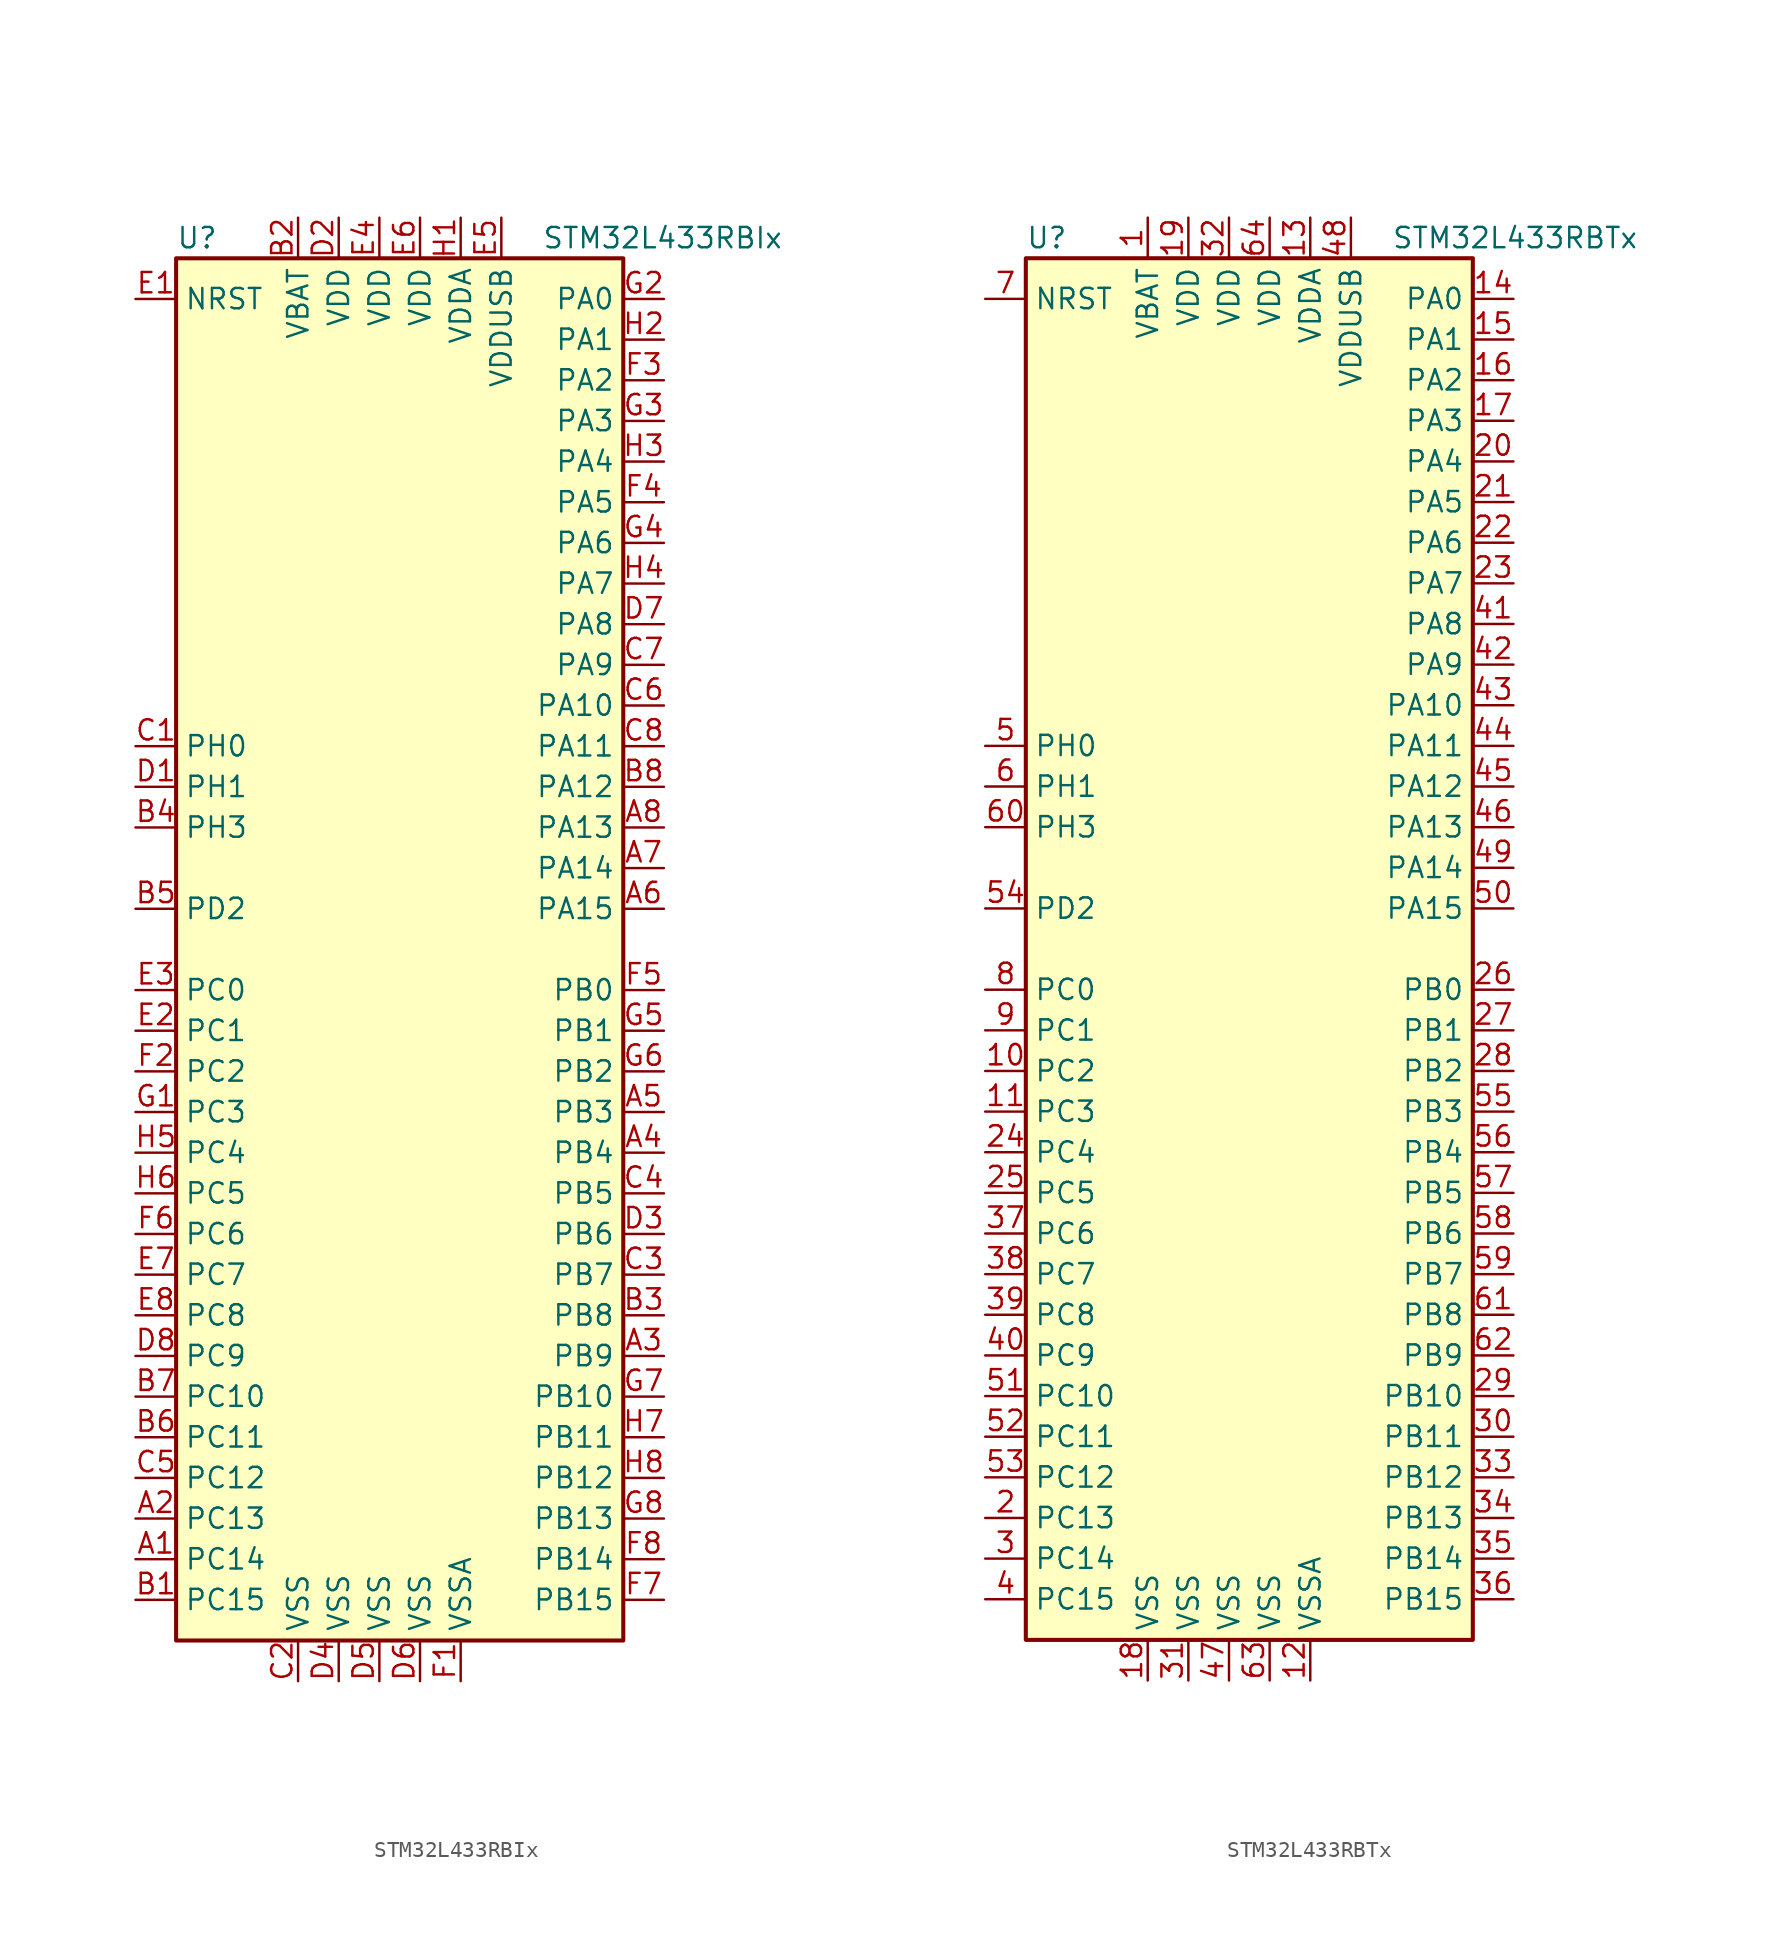
<source format=kicad_sym>
(kicad_symbol_lib
  (version 20201005)
  (generator kicad_symbol_editor)
  (symbol "MCU_ST_STM32L4:STM32L433RBIx"
    (property "Reference" "U"
      (at -15.24 44.45 0)
      (effects (font (size 1.27 1.27)) (justify left)))
    (property "Value" "STM32L433RBIx"
      (at 7.62 44.45 0)
      (effects (font (size 1.27 1.27)) (justify left)))
    (symbol "STM32L433RBIx_0_1"
      (rectangle (start -15.24 -43.18) (end 12.7 43.18) (stroke (width 0.254)) (fill (type background))))
    (symbol "STM32L433RBIx_1_1"
      (pin bidirectional line (at -17.78 -38.1 0) (length 2.54) (name "PC14" (effects (font (size 1.27 1.27)))) (number "A1" (effects (font (size 1.27 1.27)))))
      (pin bidirectional line (at -17.78 -35.56 0) (length 2.54) (name "PC13" (effects (font (size 1.27 1.27)))) (number "A2" (effects (font (size 1.27 1.27)))))
      (pin bidirectional line (at 15.24 -25.4 180) (length 2.54) (name "PB9" (effects (font (size 1.27 1.27)))) (number "A3" (effects (font (size 1.27 1.27)))))
      (pin bidirectional line (at 15.24 -12.7 180) (length 2.54) (name "PB4" (effects (font (size 1.27 1.27)))) (number "A4" (effects (font (size 1.27 1.27)))))
      (pin bidirectional line (at 15.24 -10.16 180) (length 2.54) (name "PB3" (effects (font (size 1.27 1.27)))) (number "A5" (effects (font (size 1.27 1.27)))))
      (pin bidirectional line (at 15.24 2.54 180) (length 2.54) (name "PA15" (effects (font (size 1.27 1.27)))) (number "A6" (effects (font (size 1.27 1.27)))))
      (pin bidirectional line (at 15.24 5.08 180) (length 2.54) (name "PA14" (effects (font (size 1.27 1.27)))) (number "A7" (effects (font (size 1.27 1.27)))))
      (pin bidirectional line (at 15.24 7.62 180) (length 2.54) (name "PA13" (effects (font (size 1.27 1.27)))) (number "A8" (effects (font (size 1.27 1.27)))))
      (pin bidirectional line (at -17.78 -40.64 0) (length 2.54) (name "PC15" (effects (font (size 1.27 1.27)))) (number "B1" (effects (font (size 1.27 1.27)))))
      (pin power_in line (at -7.62 45.72 270) (length 2.54) (name "VBAT" (effects (font (size 1.27 1.27)))) (number "B2" (effects (font (size 1.27 1.27)))))
      (pin bidirectional line (at 15.24 -22.86 180) (length 2.54) (name "PB8" (effects (font (size 1.27 1.27)))) (number "B3" (effects (font (size 1.27 1.27)))))
      (pin bidirectional line (at -17.78 7.62 0) (length 2.54) (name "PH3" (effects (font (size 1.27 1.27)))) (number "B4" (effects (font (size 1.27 1.27)))))
      (pin bidirectional line (at -17.78 2.54 0) (length 2.54) (name "PD2" (effects (font (size 1.27 1.27)))) (number "B5" (effects (font (size 1.27 1.27)))))
      (pin bidirectional line (at -17.78 -30.48 0) (length 2.54) (name "PC11" (effects (font (size 1.27 1.27)))) (number "B6" (effects (font (size 1.27 1.27)))))
      (pin bidirectional line (at -17.78 -27.94 0) (length 2.54) (name "PC10" (effects (font (size 1.27 1.27)))) (number "B7" (effects (font (size 1.27 1.27)))))
      (pin bidirectional line (at 15.24 10.16 180) (length 2.54) (name "PA12" (effects (font (size 1.27 1.27)))) (number "B8" (effects (font (size 1.27 1.27)))))
      (pin input line (at -17.78 12.7 0) (length 2.54) (name "PH0" (effects (font (size 1.27 1.27)))) (number "C1" (effects (font (size 1.27 1.27)))))
      (pin power_in line (at -7.62 -45.72 90) (length 2.54) (name "VSS" (effects (font (size 1.27 1.27)))) (number "C2" (effects (font (size 1.27 1.27)))))
      (pin bidirectional line (at 15.24 -20.32 180) (length 2.54) (name "PB7" (effects (font (size 1.27 1.27)))) (number "C3" (effects (font (size 1.27 1.27)))))
      (pin bidirectional line (at 15.24 -15.24 180) (length 2.54) (name "PB5" (effects (font (size 1.27 1.27)))) (number "C4" (effects (font (size 1.27 1.27)))))
      (pin bidirectional line (at -17.78 -33.02 0) (length 2.54) (name "PC12" (effects (font (size 1.27 1.27)))) (number "C5" (effects (font (size 1.27 1.27)))))
      (pin bidirectional line (at 15.24 15.24 180) (length 2.54) (name "PA10" (effects (font (size 1.27 1.27)))) (number "C6" (effects (font (size 1.27 1.27)))))
      (pin bidirectional line (at 15.24 17.78 180) (length 2.54) (name "PA9" (effects (font (size 1.27 1.27)))) (number "C7" (effects (font (size 1.27 1.27)))))
      (pin bidirectional line (at 15.24 12.7 180) (length 2.54) (name "PA11" (effects (font (size 1.27 1.27)))) (number "C8" (effects (font (size 1.27 1.27)))))
      (pin input line (at -17.78 10.16 0) (length 2.54) (name "PH1" (effects (font (size 1.27 1.27)))) (number "D1" (effects (font (size 1.27 1.27)))))
      (pin power_in line (at -5.08 45.72 270) (length 2.54) (name "VDD" (effects (font (size 1.27 1.27)))) (number "D2" (effects (font (size 1.27 1.27)))))
      (pin bidirectional line (at 15.24 -17.78 180) (length 2.54) (name "PB6" (effects (font (size 1.27 1.27)))) (number "D3" (effects (font (size 1.27 1.27)))))
      (pin power_in line (at -5.08 -45.72 90) (length 2.54) (name "VSS" (effects (font (size 1.27 1.27)))) (number "D4" (effects (font (size 1.27 1.27)))))
      (pin power_in line (at -2.54 -45.72 90) (length 2.54) (name "VSS" (effects (font (size 1.27 1.27)))) (number "D5" (effects (font (size 1.27 1.27)))))
      (pin power_in line (at 0 -45.72 90) (length 2.54) (name "VSS" (effects (font (size 1.27 1.27)))) (number "D6" (effects (font (size 1.27 1.27)))))
      (pin bidirectional line (at 15.24 20.32 180) (length 2.54) (name "PA8" (effects (font (size 1.27 1.27)))) (number "D7" (effects (font (size 1.27 1.27)))))
      (pin bidirectional line (at -17.78 -25.4 0) (length 2.54) (name "PC9" (effects (font (size 1.27 1.27)))) (number "D8" (effects (font (size 1.27 1.27)))))
      (pin input line (at -17.78 40.64 0) (length 2.54) (name "NRST" (effects (font (size 1.27 1.27)))) (number "E1" (effects (font (size 1.27 1.27)))))
      (pin bidirectional line (at -17.78 -5.08 0) (length 2.54) (name "PC1" (effects (font (size 1.27 1.27)))) (number "E2" (effects (font (size 1.27 1.27)))))
      (pin bidirectional line (at -17.78 -2.54 0) (length 2.54) (name "PC0" (effects (font (size 1.27 1.27)))) (number "E3" (effects (font (size 1.27 1.27)))))
      (pin power_in line (at -2.54 45.72 270) (length 2.54) (name "VDD" (effects (font (size 1.27 1.27)))) (number "E4" (effects (font (size 1.27 1.27)))))
      (pin power_in line (at 5.08 45.72 270) (length 2.54) (name "VDDUSB" (effects (font (size 1.27 1.27)))) (number "E5" (effects (font (size 1.27 1.27)))))
      (pin power_in line (at 0 45.72 270) (length 2.54) (name "VDD" (effects (font (size 1.27 1.27)))) (number "E6" (effects (font (size 1.27 1.27)))))
      (pin bidirectional line (at -17.78 -20.32 0) (length 2.54) (name "PC7" (effects (font (size 1.27 1.27)))) (number "E7" (effects (font (size 1.27 1.27)))))
      (pin bidirectional line (at -17.78 -22.86 0) (length 2.54) (name "PC8" (effects (font (size 1.27 1.27)))) (number "E8" (effects (font (size 1.27 1.27)))))
      (pin power_in line (at 2.54 -45.72 90) (length 2.54) (name "VSSA" (effects (font (size 1.27 1.27)))) (number "F1" (effects (font (size 1.27 1.27)))))
      (pin bidirectional line (at -17.78 -7.62 0) (length 2.54) (name "PC2" (effects (font (size 1.27 1.27)))) (number "F2" (effects (font (size 1.27 1.27)))))
      (pin bidirectional line (at 15.24 35.56 180) (length 2.54) (name "PA2" (effects (font (size 1.27 1.27)))) (number "F3" (effects (font (size 1.27 1.27)))))
      (pin bidirectional line (at 15.24 27.94 180) (length 2.54) (name "PA5" (effects (font (size 1.27 1.27)))) (number "F4" (effects (font (size 1.27 1.27)))))
      (pin bidirectional line (at 15.24 -2.54 180) (length 2.54) (name "PB0" (effects (font (size 1.27 1.27)))) (number "F5" (effects (font (size 1.27 1.27)))))
      (pin bidirectional line (at -17.78 -17.78 0) (length 2.54) (name "PC6" (effects (font (size 1.27 1.27)))) (number "F6" (effects (font (size 1.27 1.27)))))
      (pin bidirectional line (at 15.24 -40.64 180) (length 2.54) (name "PB15" (effects (font (size 1.27 1.27)))) (number "F7" (effects (font (size 1.27 1.27)))))
      (pin bidirectional line (at 15.24 -38.1 180) (length 2.54) (name "PB14" (effects (font (size 1.27 1.27)))) (number "F8" (effects (font (size 1.27 1.27)))))
      (pin bidirectional line (at -17.78 -10.16 0) (length 2.54) (name "PC3" (effects (font (size 1.27 1.27)))) (number "G1" (effects (font (size 1.27 1.27)))))
      (pin bidirectional line (at 15.24 40.64 180) (length 2.54) (name "PA0" (effects (font (size 1.27 1.27)))) (number "G2" (effects (font (size 1.27 1.27)))))
      (pin bidirectional line (at 15.24 33.02 180) (length 2.54) (name "PA3" (effects (font (size 1.27 1.27)))) (number "G3" (effects (font (size 1.27 1.27)))))
      (pin bidirectional line (at 15.24 25.4 180) (length 2.54) (name "PA6" (effects (font (size 1.27 1.27)))) (number "G4" (effects (font (size 1.27 1.27)))))
      (pin bidirectional line (at 15.24 -5.08 180) (length 2.54) (name "PB1" (effects (font (size 1.27 1.27)))) (number "G5" (effects (font (size 1.27 1.27)))))
      (pin bidirectional line (at 15.24 -7.62 180) (length 2.54) (name "PB2" (effects (font (size 1.27 1.27)))) (number "G6" (effects (font (size 1.27 1.27)))))
      (pin bidirectional line (at 15.24 -27.94 180) (length 2.54) (name "PB10" (effects (font (size 1.27 1.27)))) (number "G7" (effects (font (size 1.27 1.27)))))
      (pin bidirectional line (at 15.24 -35.56 180) (length 2.54) (name "PB13" (effects (font (size 1.27 1.27)))) (number "G8" (effects (font (size 1.27 1.27)))))
      (pin power_in line (at 2.54 45.72 270) (length 2.54) (name "VDDA" (effects (font (size 1.27 1.27)))) (number "H1" (effects (font (size 1.27 1.27)))))
      (pin bidirectional line (at 15.24 38.1 180) (length 2.54) (name "PA1" (effects (font (size 1.27 1.27)))) (number "H2" (effects (font (size 1.27 1.27)))))
      (pin bidirectional line (at 15.24 30.48 180) (length 2.54) (name "PA4" (effects (font (size 1.27 1.27)))) (number "H3" (effects (font (size 1.27 1.27)))))
      (pin bidirectional line (at 15.24 22.86 180) (length 2.54) (name "PA7" (effects (font (size 1.27 1.27)))) (number "H4" (effects (font (size 1.27 1.27)))))
      (pin bidirectional line (at -17.78 -12.7 0) (length 2.54) (name "PC4" (effects (font (size 1.27 1.27)))) (number "H5" (effects (font (size 1.27 1.27)))))
      (pin bidirectional line (at -17.78 -15.24 0) (length 2.54) (name "PC5" (effects (font (size 1.27 1.27)))) (number "H6" (effects (font (size 1.27 1.27)))))
      (pin bidirectional line (at 15.24 -30.48 180) (length 2.54) (name "PB11" (effects (font (size 1.27 1.27)))) (number "H7" (effects (font (size 1.27 1.27)))))
      (pin bidirectional line (at 15.24 -33.02 180) (length 2.54) (name "PB12" (effects (font (size 1.27 1.27)))) (number "H8" (effects (font (size 1.27 1.27)))))))
  (symbol "MCU_ST_STM32L4:STM32L433RBTx"
    (property "Reference" "U"
      (at -15.24 44.45 0)
      (effects (font (size 1.27 1.27)) (justify left)))
    (property "Value" "STM32L433RBTx"
      (at 7.62 44.45 0)
      (effects (font (size 1.27 1.27)) (justify left)))
    (symbol "STM32L433RBTx_0_1"
      (rectangle (start -15.24 -43.18) (end 12.7 43.18) (stroke (width 0.254)) (fill (type background))))
    (symbol "STM32L433RBTx_1_1"
      (pin power_in line (at -7.62 45.72 270) (length 2.54) (name "VBAT" (effects (font (size 1.27 1.27)))) (number "1" (effects (font (size 1.27 1.27)))))
      (pin bidirectional line (at -17.78 -7.62 0) (length 2.54) (name "PC2" (effects (font (size 1.27 1.27)))) (number "10" (effects (font (size 1.27 1.27)))))
      (pin bidirectional line (at -17.78 -10.16 0) (length 2.54) (name "PC3" (effects (font (size 1.27 1.27)))) (number "11" (effects (font (size 1.27 1.27)))))
      (pin power_in line (at 2.54 -45.72 90) (length 2.54) (name "VSSA" (effects (font (size 1.27 1.27)))) (number "12" (effects (font (size 1.27 1.27)))))
      (pin power_in line (at 2.54 45.72 270) (length 2.54) (name "VDDA" (effects (font (size 1.27 1.27)))) (number "13" (effects (font (size 1.27 1.27)))))
      (pin bidirectional line (at 15.24 40.64 180) (length 2.54) (name "PA0" (effects (font (size 1.27 1.27)))) (number "14" (effects (font (size 1.27 1.27)))))
      (pin bidirectional line (at 15.24 38.1 180) (length 2.54) (name "PA1" (effects (font (size 1.27 1.27)))) (number "15" (effects (font (size 1.27 1.27)))))
      (pin bidirectional line (at 15.24 35.56 180) (length 2.54) (name "PA2" (effects (font (size 1.27 1.27)))) (number "16" (effects (font (size 1.27 1.27)))))
      (pin bidirectional line (at 15.24 33.02 180) (length 2.54) (name "PA3" (effects (font (size 1.27 1.27)))) (number "17" (effects (font (size 1.27 1.27)))))
      (pin power_in line (at -7.62 -45.72 90) (length 2.54) (name "VSS" (effects (font (size 1.27 1.27)))) (number "18" (effects (font (size 1.27 1.27)))))
      (pin power_in line (at -5.08 45.72 270) (length 2.54) (name "VDD" (effects (font (size 1.27 1.27)))) (number "19" (effects (font (size 1.27 1.27)))))
      (pin bidirectional line (at -17.78 -35.56 0) (length 2.54) (name "PC13" (effects (font (size 1.27 1.27)))) (number "2" (effects (font (size 1.27 1.27)))))
      (pin bidirectional line (at 15.24 30.48 180) (length 2.54) (name "PA4" (effects (font (size 1.27 1.27)))) (number "20" (effects (font (size 1.27 1.27)))))
      (pin bidirectional line (at 15.24 27.94 180) (length 2.54) (name "PA5" (effects (font (size 1.27 1.27)))) (number "21" (effects (font (size 1.27 1.27)))))
      (pin bidirectional line (at 15.24 25.4 180) (length 2.54) (name "PA6" (effects (font (size 1.27 1.27)))) (number "22" (effects (font (size 1.27 1.27)))))
      (pin bidirectional line (at 15.24 22.86 180) (length 2.54) (name "PA7" (effects (font (size 1.27 1.27)))) (number "23" (effects (font (size 1.27 1.27)))))
      (pin bidirectional line (at -17.78 -12.7 0) (length 2.54) (name "PC4" (effects (font (size 1.27 1.27)))) (number "24" (effects (font (size 1.27 1.27)))))
      (pin bidirectional line (at -17.78 -15.24 0) (length 2.54) (name "PC5" (effects (font (size 1.27 1.27)))) (number "25" (effects (font (size 1.27 1.27)))))
      (pin bidirectional line (at 15.24 -2.54 180) (length 2.54) (name "PB0" (effects (font (size 1.27 1.27)))) (number "26" (effects (font (size 1.27 1.27)))))
      (pin bidirectional line (at 15.24 -5.08 180) (length 2.54) (name "PB1" (effects (font (size 1.27 1.27)))) (number "27" (effects (font (size 1.27 1.27)))))
      (pin bidirectional line (at 15.24 -7.62 180) (length 2.54) (name "PB2" (effects (font (size 1.27 1.27)))) (number "28" (effects (font (size 1.27 1.27)))))
      (pin bidirectional line (at 15.24 -27.94 180) (length 2.54) (name "PB10" (effects (font (size 1.27 1.27)))) (number "29" (effects (font (size 1.27 1.27)))))
      (pin bidirectional line (at -17.78 -38.1 0) (length 2.54) (name "PC14" (effects (font (size 1.27 1.27)))) (number "3" (effects (font (size 1.27 1.27)))))
      (pin bidirectional line (at 15.24 -30.48 180) (length 2.54) (name "PB11" (effects (font (size 1.27 1.27)))) (number "30" (effects (font (size 1.27 1.27)))))
      (pin power_in line (at -5.08 -45.72 90) (length 2.54) (name "VSS" (effects (font (size 1.27 1.27)))) (number "31" (effects (font (size 1.27 1.27)))))
      (pin power_in line (at -2.54 45.72 270) (length 2.54) (name "VDD" (effects (font (size 1.27 1.27)))) (number "32" (effects (font (size 1.27 1.27)))))
      (pin bidirectional line (at 15.24 -33.02 180) (length 2.54) (name "PB12" (effects (font (size 1.27 1.27)))) (number "33" (effects (font (size 1.27 1.27)))))
      (pin bidirectional line (at 15.24 -35.56 180) (length 2.54) (name "PB13" (effects (font (size 1.27 1.27)))) (number "34" (effects (font (size 1.27 1.27)))))
      (pin bidirectional line (at 15.24 -38.1 180) (length 2.54) (name "PB14" (effects (font (size 1.27 1.27)))) (number "35" (effects (font (size 1.27 1.27)))))
      (pin bidirectional line (at 15.24 -40.64 180) (length 2.54) (name "PB15" (effects (font (size 1.27 1.27)))) (number "36" (effects (font (size 1.27 1.27)))))
      (pin bidirectional line (at -17.78 -17.78 0) (length 2.54) (name "PC6" (effects (font (size 1.27 1.27)))) (number "37" (effects (font (size 1.27 1.27)))))
      (pin bidirectional line (at -17.78 -20.32 0) (length 2.54) (name "PC7" (effects (font (size 1.27 1.27)))) (number "38" (effects (font (size 1.27 1.27)))))
      (pin bidirectional line (at -17.78 -22.86 0) (length 2.54) (name "PC8" (effects (font (size 1.27 1.27)))) (number "39" (effects (font (size 1.27 1.27)))))
      (pin bidirectional line (at -17.78 -40.64 0) (length 2.54) (name "PC15" (effects (font (size 1.27 1.27)))) (number "4" (effects (font (size 1.27 1.27)))))
      (pin bidirectional line (at -17.78 -25.4 0) (length 2.54) (name "PC9" (effects (font (size 1.27 1.27)))) (number "40" (effects (font (size 1.27 1.27)))))
      (pin bidirectional line (at 15.24 20.32 180) (length 2.54) (name "PA8" (effects (font (size 1.27 1.27)))) (number "41" (effects (font (size 1.27 1.27)))))
      (pin bidirectional line (at 15.24 17.78 180) (length 2.54) (name "PA9" (effects (font (size 1.27 1.27)))) (number "42" (effects (font (size 1.27 1.27)))))
      (pin bidirectional line (at 15.24 15.24 180) (length 2.54) (name "PA10" (effects (font (size 1.27 1.27)))) (number "43" (effects (font (size 1.27 1.27)))))
      (pin bidirectional line (at 15.24 12.7 180) (length 2.54) (name "PA11" (effects (font (size 1.27 1.27)))) (number "44" (effects (font (size 1.27 1.27)))))
      (pin bidirectional line (at 15.24 10.16 180) (length 2.54) (name "PA12" (effects (font (size 1.27 1.27)))) (number "45" (effects (font (size 1.27 1.27)))))
      (pin bidirectional line (at 15.24 7.62 180) (length 2.54) (name "PA13" (effects (font (size 1.27 1.27)))) (number "46" (effects (font (size 1.27 1.27)))))
      (pin power_in line (at -2.54 -45.72 90) (length 2.54) (name "VSS" (effects (font (size 1.27 1.27)))) (number "47" (effects (font (size 1.27 1.27)))))
      (pin power_in line (at 5.08 45.72 270) (length 2.54) (name "VDDUSB" (effects (font (size 1.27 1.27)))) (number "48" (effects (font (size 1.27 1.27)))))
      (pin bidirectional line (at 15.24 5.08 180) (length 2.54) (name "PA14" (effects (font (size 1.27 1.27)))) (number "49" (effects (font (size 1.27 1.27)))))
      (pin input line (at -17.78 12.7 0) (length 2.54) (name "PH0" (effects (font (size 1.27 1.27)))) (number "5" (effects (font (size 1.27 1.27)))))
      (pin bidirectional line (at 15.24 2.54 180) (length 2.54) (name "PA15" (effects (font (size 1.27 1.27)))) (number "50" (effects (font (size 1.27 1.27)))))
      (pin bidirectional line (at -17.78 -27.94 0) (length 2.54) (name "PC10" (effects (font (size 1.27 1.27)))) (number "51" (effects (font (size 1.27 1.27)))))
      (pin bidirectional line (at -17.78 -30.48 0) (length 2.54) (name "PC11" (effects (font (size 1.27 1.27)))) (number "52" (effects (font (size 1.27 1.27)))))
      (pin bidirectional line (at -17.78 -33.02 0) (length 2.54) (name "PC12" (effects (font (size 1.27 1.27)))) (number "53" (effects (font (size 1.27 1.27)))))
      (pin bidirectional line (at -17.78 2.54 0) (length 2.54) (name "PD2" (effects (font (size 1.27 1.27)))) (number "54" (effects (font (size 1.27 1.27)))))
      (pin bidirectional line (at 15.24 -10.16 180) (length 2.54) (name "PB3" (effects (font (size 1.27 1.27)))) (number "55" (effects (font (size 1.27 1.27)))))
      (pin bidirectional line (at 15.24 -12.7 180) (length 2.54) (name "PB4" (effects (font (size 1.27 1.27)))) (number "56" (effects (font (size 1.27 1.27)))))
      (pin bidirectional line (at 15.24 -15.24 180) (length 2.54) (name "PB5" (effects (font (size 1.27 1.27)))) (number "57" (effects (font (size 1.27 1.27)))))
      (pin bidirectional line (at 15.24 -17.78 180) (length 2.54) (name "PB6" (effects (font (size 1.27 1.27)))) (number "58" (effects (font (size 1.27 1.27)))))
      (pin bidirectional line (at 15.24 -20.32 180) (length 2.54) (name "PB7" (effects (font (size 1.27 1.27)))) (number "59" (effects (font (size 1.27 1.27)))))
      (pin input line (at -17.78 10.16 0) (length 2.54) (name "PH1" (effects (font (size 1.27 1.27)))) (number "6" (effects (font (size 1.27 1.27)))))
      (pin bidirectional line (at -17.78 7.62 0) (length 2.54) (name "PH3" (effects (font (size 1.27 1.27)))) (number "60" (effects (font (size 1.27 1.27)))))
      (pin bidirectional line (at 15.24 -22.86 180) (length 2.54) (name "PB8" (effects (font (size 1.27 1.27)))) (number "61" (effects (font (size 1.27 1.27)))))
      (pin bidirectional line (at 15.24 -25.4 180) (length 2.54) (name "PB9" (effects (font (size 1.27 1.27)))) (number "62" (effects (font (size 1.27 1.27)))))
      (pin power_in line (at 0 -45.72 90) (length 2.54) (name "VSS" (effects (font (size 1.27 1.27)))) (number "63" (effects (font (size 1.27 1.27)))))
      (pin power_in line (at 0 45.72 270) (length 2.54) (name "VDD" (effects (font (size 1.27 1.27)))) (number "64" (effects (font (size 1.27 1.27)))))
      (pin input line (at -17.78 40.64 0) (length 2.54) (name "NRST" (effects (font (size 1.27 1.27)))) (number "7" (effects (font (size 1.27 1.27)))))
      (pin bidirectional line (at -17.78 -2.54 0) (length 2.54) (name "PC0" (effects (font (size 1.27 1.27)))) (number "8" (effects (font (size 1.27 1.27)))))
      (pin bidirectional line (at -17.78 -5.08 0) (length 2.54) (name "PC1" (effects (font (size 1.27 1.27)))) (number "9" (effects (font (size 1.27 1.27))))))))
</source>
